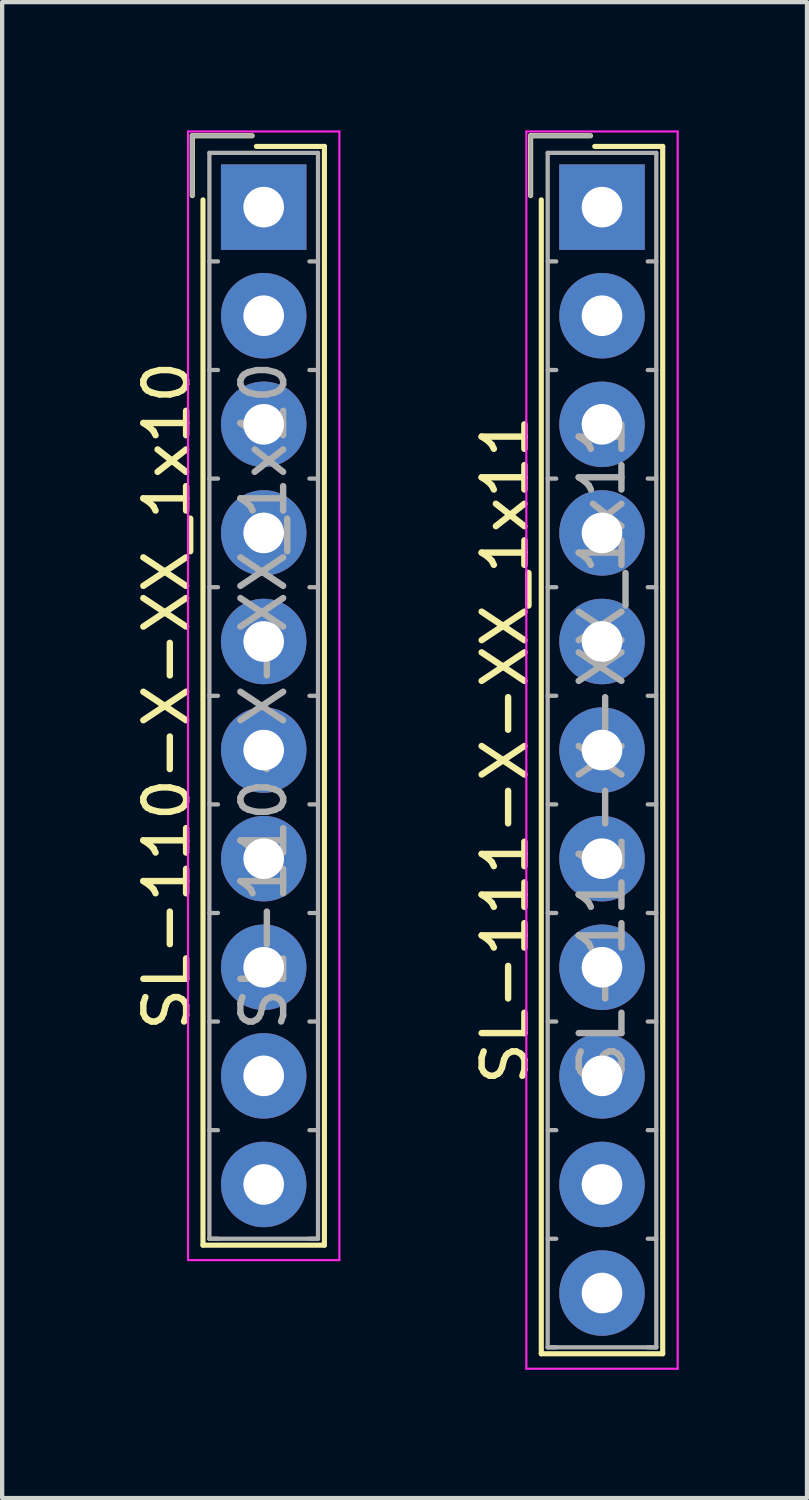
<source format=kicad_pcb>
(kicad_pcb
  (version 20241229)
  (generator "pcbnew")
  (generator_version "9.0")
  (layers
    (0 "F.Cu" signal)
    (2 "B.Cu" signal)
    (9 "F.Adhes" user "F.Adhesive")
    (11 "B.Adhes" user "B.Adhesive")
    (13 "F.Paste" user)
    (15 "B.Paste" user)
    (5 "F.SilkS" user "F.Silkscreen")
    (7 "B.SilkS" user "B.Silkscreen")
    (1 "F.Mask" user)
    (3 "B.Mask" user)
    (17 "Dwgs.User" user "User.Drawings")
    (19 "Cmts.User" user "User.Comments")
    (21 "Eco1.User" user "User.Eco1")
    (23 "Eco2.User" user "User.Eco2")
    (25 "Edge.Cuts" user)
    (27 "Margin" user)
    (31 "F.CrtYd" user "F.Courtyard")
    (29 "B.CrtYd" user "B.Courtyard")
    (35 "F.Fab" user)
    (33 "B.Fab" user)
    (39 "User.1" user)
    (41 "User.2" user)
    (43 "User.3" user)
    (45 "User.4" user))
  (footprint "SL-111-X-XX_1x11"
    (layer "F.Cu")
    (at 11.031 1.795)
    (property "Reference" "SL-111-X-XX_1x11" (at -2.27 12.7 90) (layer "F.SilkS") (effects (font (size 1 1) (thickness 0.15))))
    (attr through_hole)
    (fp_line (start -1.67 -1.67) (end -1.67 -0.27) (stroke (width 0.12) (type solid)) (layer "F.SilkS"))
    (fp_line (start -1.42 26.82) (end -1.42 -0.17) (stroke (width 0.12) (type solid)) (layer "F.SilkS"))
    (fp_line (start -0.27 -1.67) (end -1.67 -1.67) (stroke (width 0.12) (type solid)) (layer "F.SilkS"))
    (fp_line (start -0.17 -1.42) (end 1.42 -1.42) (stroke (width 0.12) (type solid)) (layer "F.SilkS"))
    (fp_line (start 1.42 -1.42) (end 1.42 26.82) (stroke (width 0.12) (type solid)) (layer "F.SilkS"))
    (fp_line (start 1.42 26.82) (end -1.42 26.82) (stroke (width 0.12) (type solid)) (layer "F.SilkS"))
    (fp_line (start -1.77 -1.77) (end -1.77 27.17) (stroke (width 0.05) (type solid)) (layer "F.CrtYd"))
    (fp_line (start -1.77 27.17) (end 1.77 27.17) (stroke (width 0.05) (type solid)) (layer "F.CrtYd"))
    (fp_line (start 1.77 -1.77) (end -1.77 -1.77) (stroke (width 0.05) (type solid)) (layer "F.CrtYd"))
    (fp_line (start 1.77 27.17) (end 1.77 -1.77) (stroke (width 0.05) (type solid)) (layer "F.CrtYd"))
    (fp_line (start -1.67 -1.67) (end -1.67 -0.27) (stroke (width 0.1) (type solid)) (layer "F.Fab"))
    (fp_line (start -1.27 -1.27) (end -1.27 26.67) (stroke (width 0.1) (type solid)) (layer "F.Fab"))
    (fp_line (start -1.27 1.27) (end -1.07 1.27) (stroke (width 0.1) (type solid)) (layer "F.Fab"))
    (fp_line (start -1.27 3.81) (end -1.07 3.81) (stroke (width 0.1) (type solid)) (layer "F.Fab"))
    (fp_line (start -1.27 6.35) (end -1.07 6.35) (stroke (width 0.1) (type solid)) (layer "F.Fab"))
    (fp_line (start -1.27 8.89) (end -1.07 8.89) (stroke (width 0.1) (type solid)) (layer "F.Fab"))
    (fp_line (start -1.27 11.43) (end -1.07 11.43) (stroke (width 0.1) (type solid)) (layer "F.Fab"))
    (fp_line (start -1.27 13.97) (end -1.07 13.97) (stroke (width 0.1) (type solid)) (layer "F.Fab"))
    (fp_line (start -1.27 16.51) (end -1.07 16.51) (stroke (width 0.1) (type solid)) (layer "F.Fab"))
    (fp_line (start -1.27 19.05) (end -1.07 19.05) (stroke (width 0.1) (type solid)) (layer "F.Fab"))
    (fp_line (start -1.27 21.59) (end -1.07 21.59) (stroke (width 0.1) (type solid)) (layer "F.Fab"))
    (fp_line (start -1.27 24.13) (end -1.07 24.13) (stroke (width 0.1) (type solid)) (layer "F.Fab"))
    (fp_line (start -1.27 26.67) (end -1.07 26.67) (stroke (width 0.1) (type solid)) (layer "F.Fab"))
    (fp_line (start -1.27 26.67) (end 1.27 26.67) (stroke (width 0.1) (type solid)) (layer "F.Fab"))
    (fp_line (start -0.27 -1.67) (end -1.67 -1.67) (stroke (width 0.1) (type solid)) (layer "F.Fab"))
    (fp_line (start 1.27 -1.27) (end -1.27 -1.27) (stroke (width 0.1) (type solid)) (layer "F.Fab"))
    (fp_line (start 1.27 1.27) (end 1.07 1.27) (stroke (width 0.1) (type solid)) (layer "F.Fab"))
    (fp_line (start 1.27 3.81) (end 1.07 3.81) (stroke (width 0.1) (type solid)) (layer "F.Fab"))
    (fp_line (start 1.27 6.35) (end 1.07 6.35) (stroke (width 0.1) (type solid)) (layer "F.Fab"))
    (fp_line (start 1.27 8.89) (end 1.07 8.89) (stroke (width 0.1) (type solid)) (layer "F.Fab"))
    (fp_line (start 1.27 11.43) (end 1.07 11.43) (stroke (width 0.1) (type solid)) (layer "F.Fab"))
    (fp_line (start 1.27 13.97) (end 1.07 13.97) (stroke (width 0.1) (type solid)) (layer "F.Fab"))
    (fp_line (start 1.27 16.51) (end 1.07 16.51) (stroke (width 0.1) (type solid)) (layer "F.Fab"))
    (fp_line (start 1.27 19.05) (end 1.07 19.05) (stroke (width 0.1) (type solid)) (layer "F.Fab"))
    (fp_line (start 1.27 21.59) (end 1.07 21.59) (stroke (width 0.1) (type solid)) (layer "F.Fab"))
    (fp_line (start 1.27 24.13) (end 1.07 24.13) (stroke (width 0.1) (type solid)) (layer "F.Fab"))
    (fp_line (start 1.27 26.67) (end 1.07 26.67) (stroke (width 0.1) (type solid)) (layer "F.Fab"))
    (fp_line (start 1.27 26.67) (end 1.27 -1.27) (stroke (width 0.1) (type solid)) (layer "F.Fab"))
    (fp_text user "${REFERENCE}" (at 0 12.7 90) (layer "F.Fab") (effects (font (size 1 1) (thickness 0.15))))
    (pad "1" thru_hole rect (at 0 0) (size 2 2) (drill 0.95) (layers "*.Cu" "*.Mask"))
    (pad "2" thru_hole circle (at 0 2.54) (size 2 2) (drill 0.95) (layers "*.Cu" "*.Mask"))
    (pad "3" thru_hole circle (at 0 5.08) (size 2 2) (drill 0.95) (layers "*.Cu" "*.Mask"))
    (pad "4" thru_hole circle (at 0 7.62) (size 2 2) (drill 0.95) (layers "*.Cu" "*.Mask"))
    (pad "5" thru_hole circle (at 0 10.16) (size 2 2) (drill 0.95) (layers "*.Cu" "*.Mask"))
    (pad "6" thru_hole circle (at 0 12.7) (size 2 2) (drill 0.95) (layers "*.Cu" "*.Mask"))
    (pad "7" thru_hole circle (at 0 15.24) (size 2 2) (drill 0.95) (layers "*.Cu" "*.Mask"))
    (pad "8" thru_hole circle (at 0 17.78) (size 2 2) (drill 0.95) (layers "*.Cu" "*.Mask"))
    (pad "9" thru_hole circle (at 0 20.32) (size 2 2) (drill 0.95) (layers "*.Cu" "*.Mask"))
    (pad "10" thru_hole circle (at 0 22.86) (size 2 2) (drill 0.95) (layers "*.Cu" "*.Mask"))
    (pad "11" thru_hole circle (at 0 25.4) (size 2 2) (drill 0.95) (layers "*.Cu" "*.Mask")))
  (footprint "SL-110-X-XX_1x10"
    (layer "F.Cu")
    (at 3.118 1.795)
    (property "Reference" "SL-110-X-XX_1x10" (at -2.27 11.43 90) (layer "F.SilkS") (effects (font (size 1 1) (thickness 0.15))))
    (attr through_hole)
    (fp_line (start -1.67 -1.67) (end -1.67 -0.27) (stroke (width 0.12) (type solid)) (layer "F.SilkS"))
    (fp_line (start -1.42 24.28) (end -1.42 -0.17) (stroke (width 0.12) (type solid)) (layer "F.SilkS"))
    (fp_line (start -0.27 -1.67) (end -1.67 -1.67) (stroke (width 0.12) (type solid)) (layer "F.SilkS"))
    (fp_line (start -0.17 -1.42) (end 1.42 -1.42) (stroke (width 0.12) (type solid)) (layer "F.SilkS"))
    (fp_line (start 1.42 -1.42) (end 1.42 24.28) (stroke (width 0.12) (type solid)) (layer "F.SilkS"))
    (fp_line (start 1.42 24.28) (end -1.42 24.28) (stroke (width 0.12) (type solid)) (layer "F.SilkS"))
    (fp_line (start -1.77 -1.77) (end -1.77 24.63) (stroke (width 0.05) (type solid)) (layer "F.CrtYd"))
    (fp_line (start -1.77 24.63) (end 1.77 24.63) (stroke (width 0.05) (type solid)) (layer "F.CrtYd"))
    (fp_line (start 1.77 -1.77) (end -1.77 -1.77) (stroke (width 0.05) (type solid)) (layer "F.CrtYd"))
    (fp_line (start 1.77 24.63) (end 1.77 -1.77) (stroke (width 0.05) (type solid)) (layer "F.CrtYd"))
    (fp_line (start -1.67 -1.67) (end -1.67 -0.27) (stroke (width 0.1) (type solid)) (layer "F.Fab"))
    (fp_line (start -1.27 -1.27) (end -1.27 24.13) (stroke (width 0.1) (type solid)) (layer "F.Fab"))
    (fp_line (start -1.27 1.27) (end -1.07 1.27) (stroke (width 0.1) (type solid)) (layer "F.Fab"))
    (fp_line (start -1.27 3.81) (end -1.07 3.81) (stroke (width 0.1) (type solid)) (layer "F.Fab"))
    (fp_line (start -1.27 6.35) (end -1.07 6.35) (stroke (width 0.1) (type solid)) (layer "F.Fab"))
    (fp_line (start -1.27 8.89) (end -1.07 8.89) (stroke (width 0.1) (type solid)) (layer "F.Fab"))
    (fp_line (start -1.27 11.43) (end -1.07 11.43) (stroke (width 0.1) (type solid)) (layer "F.Fab"))
    (fp_line (start -1.27 13.97) (end -1.07 13.97) (stroke (width 0.1) (type solid)) (layer "F.Fab"))
    (fp_line (start -1.27 16.51) (end -1.07 16.51) (stroke (width 0.1) (type solid)) (layer "F.Fab"))
    (fp_line (start -1.27 19.05) (end -1.07 19.05) (stroke (width 0.1) (type solid)) (layer "F.Fab"))
    (fp_line (start -1.27 21.59) (end -1.07 21.59) (stroke (width 0.1) (type solid)) (layer "F.Fab"))
    (fp_line (start -1.27 24.13) (end -1.07 24.13) (stroke (width 0.1) (type solid)) (layer "F.Fab"))
    (fp_line (start -1.27 24.13) (end 1.27 24.13) (stroke (width 0.1) (type solid)) (layer "F.Fab"))
    (fp_line (start -0.27 -1.67) (end -1.67 -1.67) (stroke (width 0.1) (type solid)) (layer "F.Fab"))
    (fp_line (start 1.27 -1.27) (end -1.27 -1.27) (stroke (width 0.1) (type solid)) (layer "F.Fab"))
    (fp_line (start 1.27 1.27) (end 1.07 1.27) (stroke (width 0.1) (type solid)) (layer "F.Fab"))
    (fp_line (start 1.27 3.81) (end 1.07 3.81) (stroke (width 0.1) (type solid)) (layer "F.Fab"))
    (fp_line (start 1.27 6.35) (end 1.07 6.35) (stroke (width 0.1) (type solid)) (layer "F.Fab"))
    (fp_line (start 1.27 8.89) (end 1.07 8.89) (stroke (width 0.1) (type solid)) (layer "F.Fab"))
    (fp_line (start 1.27 11.43) (end 1.07 11.43) (stroke (width 0.1) (type solid)) (layer "F.Fab"))
    (fp_line (start 1.27 13.97) (end 1.07 13.97) (stroke (width 0.1) (type solid)) (layer "F.Fab"))
    (fp_line (start 1.27 16.51) (end 1.07 16.51) (stroke (width 0.1) (type solid)) (layer "F.Fab"))
    (fp_line (start 1.27 19.05) (end 1.07 19.05) (stroke (width 0.1) (type solid)) (layer "F.Fab"))
    (fp_line (start 1.27 21.59) (end 1.07 21.59) (stroke (width 0.1) (type solid)) (layer "F.Fab"))
    (fp_line (start 1.27 24.13) (end 1.07 24.13) (stroke (width 0.1) (type solid)) (layer "F.Fab"))
    (fp_line (start 1.27 24.13) (end 1.27 -1.27) (stroke (width 0.1) (type solid)) (layer "F.Fab"))
    (fp_text user "${REFERENCE}" (at 0 11.43 90) (layer "F.Fab") (effects (font (size 1 1) (thickness 0.15))))
    (pad "1" thru_hole rect (at 0 0) (size 2 2) (drill 0.95) (layers "*.Cu" "*.Mask"))
    (pad "2" thru_hole circle (at 0 2.54) (size 2 2) (drill 0.95) (layers "*.Cu" "*.Mask"))
    (pad "3" thru_hole circle (at 0 5.08) (size 2 2) (drill 0.95) (layers "*.Cu" "*.Mask"))
    (pad "4" thru_hole circle (at 0 7.62) (size 2 2) (drill 0.95) (layers "*.Cu" "*.Mask"))
    (pad "5" thru_hole circle (at 0 10.16) (size 2 2) (drill 0.95) (layers "*.Cu" "*.Mask"))
    (pad "6" thru_hole circle (at 0 12.7) (size 2 2) (drill 0.95) (layers "*.Cu" "*.Mask"))
    (pad "7" thru_hole circle (at 0 15.24) (size 2 2) (drill 0.95) (layers "*.Cu" "*.Mask"))
    (pad "8" thru_hole circle (at 0 17.78) (size 2 2) (drill 0.95) (layers "*.Cu" "*.Mask"))
    (pad "9" thru_hole circle (at 0 20.32) (size 2 2) (drill 0.95) (layers "*.Cu" "*.Mask"))
    (pad "10" thru_hole circle (at 0 22.86) (size 2 2) (drill 0.95) (layers "*.Cu" "*.Mask")))
  (gr_rect
    (start -3 -3)
    (end 15.826 31.99)
    (stroke (width 0.1) (type default))
    (fill no)
    (layer "Edge.Cuts")))
</source>
